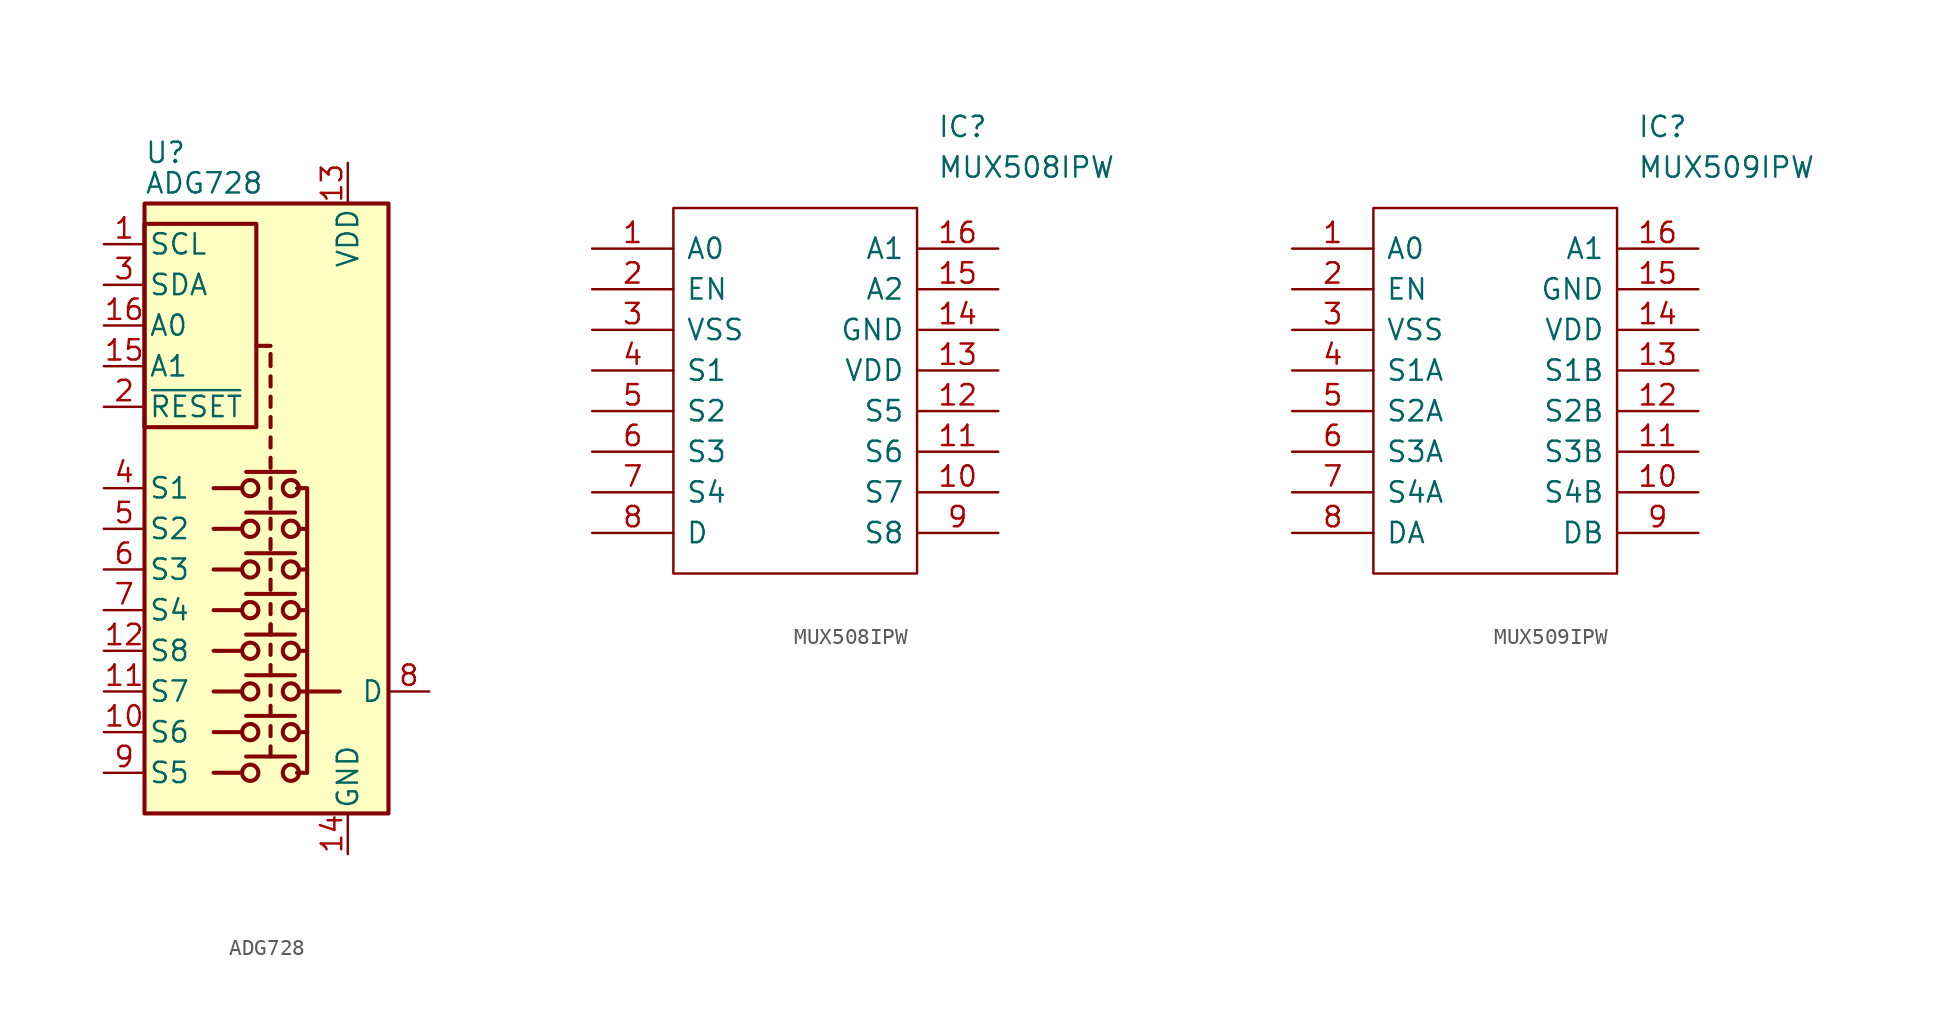
<source format=kicad_sym>
(kicad_symbol_lib
  (version 20211014)
  (generator kicad_symbol_editor)
  (symbol "ADG728"
    (pin_names
      (offset 0.254))
    (property "Reference" "U"
      (at -7.62 23.495 0)
      (effects (font (size 1.27 1.27)) (justify left)))
    (property "Value" "ADG728"
      (at -7.62 21.59 0)
      (effects (font (size 1.27 1.27)) (justify left)))
    (symbol "ADG728_0_1"
      (rectangle (start -7.62 6.35) (end -0.635 19.05) (stroke (width 0.254) (type default) (color 0 0 0 0)) (fill (type none)))
      (rectangle (start -7.62 20.32) (end 7.62 -17.78) (stroke (width 0.254) (type default) (color 0 0 0 0)) (fill (type background)))
      (circle (center -1.016 -15.24) (radius 0.508) (stroke (width 0.254) (type default) (color 0 0 0 0)) (fill (type none)))
      (circle (center -1.016 -12.7) (radius 0.508) (stroke (width 0.254) (type default) (color 0 0 0 0)) (fill (type none)))
      (circle (center -1.016 -10.16) (radius 0.508) (stroke (width 0.254) (type default) (color 0 0 0 0)) (fill (type none)))
      (circle (center -1.016 -7.62) (radius 0.508) (stroke (width 0.254) (type default) (color 0 0 0 0)) (fill (type none)))
      (circle (center -1.016 -5.08) (radius 0.508) (stroke (width 0.254) (type default) (color 0 0 0 0)) (fill (type none)))
      (circle (center -1.016 -2.54) (radius 0.508) (stroke (width 0.254) (type default) (color 0 0 0 0)) (fill (type none)))
      (circle (center -1.016 0) (radius 0.508) (stroke (width 0.254) (type default) (color 0 0 0 0)) (fill (type none)))
      (circle (center -1.016 2.54) (radius 0.508) (stroke (width 0.254) (type default) (color 0 0 0 0)) (fill (type none)))
      (polyline (pts (xy -1.524 -15.24) (xy -3.302 -15.24)) (stroke (width 0.254) (type default) (color 0 0 0 0)) (fill (type none)))
      (polyline (pts (xy -1.524 -12.7) (xy -3.302 -12.7)) (stroke (width 0.254) (type default) (color 0 0 0 0)) (fill (type none)))
      (polyline (pts (xy -1.524 -10.16) (xy -3.302 -10.16)) (stroke (width 0.254) (type default) (color 0 0 0 0)) (fill (type none)))
      (polyline (pts (xy -1.524 -7.62) (xy -3.302 -7.62)) (stroke (width 0.254) (type default) (color 0 0 0 0)) (fill (type none)))
      (polyline (pts (xy -1.524 -5.08) (xy -3.302 -5.08)) (stroke (width 0.254) (type default) (color 0 0 0 0)) (fill (type none)))
      (polyline (pts (xy -1.524 -2.54) (xy -3.302 -2.54)) (stroke (width 0.254) (type default) (color 0 0 0 0)) (fill (type none)))
      (polyline (pts (xy -1.524 0) (xy -3.302 0)) (stroke (width 0.254) (type default) (color 0 0 0 0)) (fill (type none)))
      (polyline (pts (xy -1.524 2.54) (xy -3.302 2.54)) (stroke (width 0.254) (type default) (color 0 0 0 0)) (fill (type none)))
      (polyline (pts (xy -1.27 -14.224) (xy 1.778 -14.224)) (stroke (width 0.254) (type default) (color 0 0 0 0)) (fill (type none)))
      (polyline (pts (xy -1.27 -11.684) (xy 1.778 -11.684)) (stroke (width 0.254) (type default) (color 0 0 0 0)) (fill (type none)))
      (polyline (pts (xy -1.27 -9.144) (xy 1.778 -9.144)) (stroke (width 0.254) (type default) (color 0 0 0 0)) (fill (type none)))
      (polyline (pts (xy -1.27 -6.604) (xy 1.778 -6.604)) (stroke (width 0.254) (type default) (color 0 0 0 0)) (fill (type none)))
      (polyline (pts (xy -1.27 -4.064) (xy 1.778 -4.064)) (stroke (width 0.254) (type default) (color 0 0 0 0)) (fill (type none)))
      (polyline (pts (xy -1.27 -1.524) (xy 1.778 -1.524)) (stroke (width 0.254) (type default) (color 0 0 0 0)) (fill (type none)))
      (polyline (pts (xy -1.27 1.016) (xy 1.778 1.016)) (stroke (width 0.254) (type default) (color 0 0 0 0)) (fill (type none)))
      (polyline (pts (xy -1.27 3.556) (xy 1.778 3.556)) (stroke (width 0.254) (type default) (color 0 0 0 0)) (fill (type none)))
      (polyline (pts (xy -0.635 11.43) (xy 0 11.43)) (stroke (width 0.254) (type default) (color 0 0 0 0)) (fill (type none)))
      (polyline (pts (xy 0.254 -14.224) (xy 0.254 -13.589)) (stroke (width 0.254) (type default) (color 0 0 0 0)) (fill (type none)))
      (polyline (pts (xy 0.254 -12.954) (xy 0.254 -12.319)) (stroke (width 0.254) (type default) (color 0 0 0 0)) (fill (type none)))
      (polyline (pts (xy 0.254 -11.684) (xy 0.254 -11.049)) (stroke (width 0.254) (type default) (color 0 0 0 0)) (fill (type none)))
      (polyline (pts (xy 0.254 -10.414) (xy 0.254 -9.779)) (stroke (width 0.254) (type default) (color 0 0 0 0)) (fill (type none)))
      (polyline (pts (xy 0.254 -9.144) (xy 0.254 -8.509)) (stroke (width 0.254) (type default) (color 0 0 0 0)) (fill (type none)))
      (polyline (pts (xy 0.254 -7.874) (xy 0.254 -7.239)) (stroke (width 0.254) (type default) (color 0 0 0 0)) (fill (type none)))
      (polyline (pts (xy 0.254 -6.604) (xy 0.254 -5.969)) (stroke (width 0.254) (type default) (color 0 0 0 0)) (fill (type none)))
      (polyline (pts (xy 0.254 -6.604) (xy 0.254 -5.969)) (stroke (width 0.254) (type default) (color 0 0 0 0)) (fill (type none)))
      (polyline (pts (xy 0.254 -5.334) (xy 0.254 -4.699)) (stroke (width 0.254) (type default) (color 0 0 0 0)) (fill (type none)))
      (polyline (pts (xy 0.254 -3.81) (xy 0.254 -3.175)) (stroke (width 0.254) (type default) (color 0 0 0 0)) (fill (type none)))
      (polyline (pts (xy 0.254 -2.54) (xy 0.254 -1.905)) (stroke (width 0.254) (type default) (color 0 0 0 0)) (fill (type none)))
      (polyline (pts (xy 0.254 -1.27) (xy 0.254 -0.635)) (stroke (width 0.254) (type default) (color 0 0 0 0)) (fill (type none)))
      (polyline (pts (xy 0.254 0) (xy 0.254 0.635)) (stroke (width 0.254) (type default) (color 0 0 0 0)) (fill (type none)))
      (polyline (pts (xy 0.254 1.27) (xy 0.254 1.905)) (stroke (width 0.254) (type default) (color 0 0 0 0)) (fill (type none)))
      (polyline (pts (xy 0.254 2.54) (xy 0.254 3.175)) (stroke (width 0.254) (type default) (color 0 0 0 0)) (fill (type none)))
      (polyline (pts (xy 0.254 3.81) (xy 0.254 4.445)) (stroke (width 0.254) (type default) (color 0 0 0 0)) (fill (type none)))
      (polyline (pts (xy 0.254 5.08) (xy 0.254 5.715)) (stroke (width 0.254) (type default) (color 0 0 0 0)) (fill (type none)))
      (polyline (pts (xy 0.254 6.35) (xy 0.254 6.985)) (stroke (width 0.254) (type default) (color 0 0 0 0)) (fill (type none)))
      (polyline (pts (xy 0.254 7.62) (xy 0.254 8.255)) (stroke (width 0.254) (type default) (color 0 0 0 0)) (fill (type none)))
      (polyline (pts (xy 0.254 8.89) (xy 0.254 9.525)) (stroke (width 0.254) (type default) (color 0 0 0 0)) (fill (type none)))
      (polyline (pts (xy 0.254 10.16) (xy 0.254 10.922)) (stroke (width 0.254) (type default) (color 0 0 0 0)) (fill (type none)))
      (polyline (pts (xy 0.254 11.43) (xy 0 11.43)) (stroke (width 0.254) (type default) (color 0 0 0 0)) (fill (type none)))
      (polyline (pts (xy 2.032 -12.7) (xy 2.54 -12.7)) (stroke (width 0.254) (type default) (color 0 0 0 0)) (fill (type none)))
      (polyline (pts (xy 2.032 -10.16) (xy 2.54 -10.16)) (stroke (width 0.254) (type default) (color 0 0 0 0)) (fill (type none)))
      (polyline (pts (xy 2.032 -7.62) (xy 2.54 -7.62)) (stroke (width 0.254) (type default) (color 0 0 0 0)) (fill (type none)))
      (polyline (pts (xy 2.032 -5.08) (xy 2.54 -5.08)) (stroke (width 0.254) (type default) (color 0 0 0 0)) (fill (type none)))
      (polyline (pts (xy 2.032 -2.54) (xy 2.54 -2.54)) (stroke (width 0.254) (type default) (color 0 0 0 0)) (fill (type none)))
      (polyline (pts (xy 2.032 0) (xy 2.54 0)) (stroke (width 0.254) (type default) (color 0 0 0 0)) (fill (type none)))
      (polyline (pts (xy 4.572 -10.16) (xy 2.54 -10.16)) (stroke (width 0.254) (type default) (color 0 0 0 0)) (fill (type none)))
      (polyline (pts (xy 1.905 2.54) (xy 2.54 2.54) (xy 2.54 -15.24) (xy 1.905 -15.24)) (stroke (width 0.254) (type default) (color 0 0 0 0)) (fill (type none)))
      (circle (center 1.524 -15.24) (radius 0.508) (stroke (width 0.254) (type default) (color 0 0 0 0)) (fill (type none)))
      (circle (center 1.524 -12.7) (radius 0.508) (stroke (width 0.254) (type default) (color 0 0 0 0)) (fill (type none)))
      (circle (center 1.524 -10.16) (radius 0.508) (stroke (width 0.254) (type default) (color 0 0 0 0)) (fill (type none)))
      (circle (center 1.524 -7.62) (radius 0.508) (stroke (width 0.254) (type default) (color 0 0 0 0)) (fill (type none)))
      (circle (center 1.524 -5.08) (radius 0.508) (stroke (width 0.254) (type default) (color 0 0 0 0)) (fill (type none)))
      (circle (center 1.524 -2.54) (radius 0.508) (stroke (width 0.254) (type default) (color 0 0 0 0)) (fill (type none)))
      (circle (center 1.524 0) (radius 0.508) (stroke (width 0.254) (type default) (color 0 0 0 0)) (fill (type none)))
      (circle (center 1.524 2.54) (radius 0.508) (stroke (width 0.254) (type default) (color 0 0 0 0)) (fill (type none))))
    (symbol "ADG728_1_1"
      (pin input line (at -10.16 17.78 0) (length 2.54) (name "SCL" (effects (font (size 1.27 1.27)))) (number "1" (effects (font (size 1.27 1.27)))))
      (pin bidirectional line (at -10.16 -12.7 0) (length 2.54) (name "S6" (effects (font (size 1.27 1.27)))) (number "10" (effects (font (size 1.27 1.27)))))
      (pin bidirectional line (at -10.16 -10.16 0) (length 2.54) (name "S7" (effects (font (size 1.27 1.27)))) (number "11" (effects (font (size 1.27 1.27)))))
      (pin bidirectional line (at -10.16 -7.62 0) (length 2.54) (name "S8" (effects (font (size 1.27 1.27)))) (number "12" (effects (font (size 1.27 1.27)))))
      (pin power_in line (at 5.08 22.86 270) (length 2.54) (name "VDD" (effects (font (size 1.27 1.27)))) (number "13" (effects (font (size 1.27 1.27)))))
      (pin power_in line (at 5.08 -20.32 90) (length 2.54) (name "GND" (effects (font (size 1.27 1.27)))) (number "14" (effects (font (size 1.27 1.27)))))
      (pin bidirectional line (at -10.16 10.16 0) (length 2.54) (name "A1" (effects (font (size 1.27 1.27)))) (number "15" (effects (font (size 1.27 1.27)))))
      (pin input line (at -10.16 12.7 0) (length 2.54) (name "A0" (effects (font (size 1.27 1.27)))) (number "16" (effects (font (size 1.27 1.27)))))
      (pin input line (at -10.16 7.62 0) (length 2.54) (name "~{RESET}" (effects (font (size 1.27 1.27)))) (number "2" (effects (font (size 1.27 1.27)))))
      (pin bidirectional line (at -10.16 15.24 0) (length 2.54) (name "SDA" (effects (font (size 1.27 1.27)))) (number "3" (effects (font (size 1.27 1.27)))))
      (pin bidirectional line (at -10.16 2.54 0) (length 2.54) (name "S1" (effects (font (size 1.27 1.27)))) (number "4" (effects (font (size 1.27 1.27)))))
      (pin bidirectional line (at -10.16 0 0) (length 2.54) (name "S2" (effects (font (size 1.27 1.27)))) (number "5" (effects (font (size 1.27 1.27)))))
      (pin bidirectional line (at -10.16 -2.54 0) (length 2.54) (name "S3" (effects (font (size 1.27 1.27)))) (number "6" (effects (font (size 1.27 1.27)))))
      (pin bidirectional line (at -10.16 -5.08 0) (length 2.54) (name "S4" (effects (font (size 1.27 1.27)))) (number "7" (effects (font (size 1.27 1.27)))))
      (pin bidirectional line (at 10.16 -10.16 180) (length 2.54) (name "D" (effects (font (size 1.27 1.27)))) (number "8" (effects (font (size 1.27 1.27)))))
      (pin bidirectional line (at -10.16 -15.24 0) (length 2.54) (name "S5" (effects (font (size 1.27 1.27)))) (number "9" (effects (font (size 1.27 1.27)))))))
  (symbol "MUX508IPW"
    (pin_names
      (offset 0.762))
    (property "Reference" "IC"
      (at 21.59 7.62 0)
      (effects (font (size 1.27 1.27)) (justify left)))
    (property "Value" "MUX508IPW"
      (at 21.59 5.08 0)
      (effects (font (size 1.27 1.27)) (justify left)))
    (symbol "MUX508IPW_0_0"
      (pin bidirectional line (at 0 0 0) (length 5.08) (name "A0" (effects (font (size 1.27 1.27)))) (number "1" (effects (font (size 1.27 1.27)))))
      (pin bidirectional line (at 25.4 -15.24 180) (length 5.08) (name "S7" (effects (font (size 1.27 1.27)))) (number "10" (effects (font (size 1.27 1.27)))))
      (pin bidirectional line (at 25.4 -12.7 180) (length 5.08) (name "S6" (effects (font (size 1.27 1.27)))) (number "11" (effects (font (size 1.27 1.27)))))
      (pin bidirectional line (at 25.4 -10.16 180) (length 5.08) (name "S5" (effects (font (size 1.27 1.27)))) (number "12" (effects (font (size 1.27 1.27)))))
      (pin bidirectional line (at 25.4 -7.62 180) (length 5.08) (name "VDD" (effects (font (size 1.27 1.27)))) (number "13" (effects (font (size 1.27 1.27)))))
      (pin bidirectional line (at 25.4 -5.08 180) (length 5.08) (name "GND" (effects (font (size 1.27 1.27)))) (number "14" (effects (font (size 1.27 1.27)))))
      (pin bidirectional line (at 25.4 -2.54 180) (length 5.08) (name "A2" (effects (font (size 1.27 1.27)))) (number "15" (effects (font (size 1.27 1.27)))))
      (pin bidirectional line (at 25.4 0 180) (length 5.08) (name "A1" (effects (font (size 1.27 1.27)))) (number "16" (effects (font (size 1.27 1.27)))))
      (pin bidirectional line (at 0 -2.54 0) (length 5.08) (name "EN" (effects (font (size 1.27 1.27)))) (number "2" (effects (font (size 1.27 1.27)))))
      (pin bidirectional line (at 0 -5.08 0) (length 5.08) (name "VSS" (effects (font (size 1.27 1.27)))) (number "3" (effects (font (size 1.27 1.27)))))
      (pin bidirectional line (at 0 -7.62 0) (length 5.08) (name "S1" (effects (font (size 1.27 1.27)))) (number "4" (effects (font (size 1.27 1.27)))))
      (pin bidirectional line (at 0 -10.16 0) (length 5.08) (name "S2" (effects (font (size 1.27 1.27)))) (number "5" (effects (font (size 1.27 1.27)))))
      (pin bidirectional line (at 0 -12.7 0) (length 5.08) (name "S3" (effects (font (size 1.27 1.27)))) (number "6" (effects (font (size 1.27 1.27)))))
      (pin bidirectional line (at 0 -15.24 0) (length 5.08) (name "S4" (effects (font (size 1.27 1.27)))) (number "7" (effects (font (size 1.27 1.27)))))
      (pin bidirectional line (at 0 -17.78 0) (length 5.08) (name "D" (effects (font (size 1.27 1.27)))) (number "8" (effects (font (size 1.27 1.27)))))
      (pin bidirectional line (at 25.4 -17.78 180) (length 5.08) (name "S8" (effects (font (size 1.27 1.27)))) (number "9" (effects (font (size 1.27 1.27))))))
    (symbol "MUX508IPW_0_1"
      (polyline (pts (xy 5.08 2.54) (xy 20.32 2.54) (xy 20.32 -20.32) (xy 5.08 -20.32) (xy 5.08 2.54)) (stroke (width 0.152) (type default) (color 0 0 0 0)) (fill (type none)))))
  (symbol "MUX509IPW"
    (pin_names
      (offset 0.762))
    (property "Reference" "IC"
      (at 21.59 7.62 0)
      (effects (font (size 1.27 1.27)) (justify left)))
    (property "Value" "MUX509IPW"
      (at 21.59 5.08 0)
      (effects (font (size 1.27 1.27)) (justify left)))
    (symbol "MUX509IPW_0_0"
      (pin bidirectional line (at 0 0 0) (length 5.08) (name "A0" (effects (font (size 1.27 1.27)))) (number "1" (effects (font (size 1.27 1.27)))))
      (pin bidirectional line (at 25.4 -15.24 180) (length 5.08) (name "S4B" (effects (font (size 1.27 1.27)))) (number "10" (effects (font (size 1.27 1.27)))))
      (pin bidirectional line (at 25.4 -12.7 180) (length 5.08) (name "S3B" (effects (font (size 1.27 1.27)))) (number "11" (effects (font (size 1.27 1.27)))))
      (pin bidirectional line (at 25.4 -10.16 180) (length 5.08) (name "S2B" (effects (font (size 1.27 1.27)))) (number "12" (effects (font (size 1.27 1.27)))))
      (pin bidirectional line (at 25.4 -7.62 180) (length 5.08) (name "S1B" (effects (font (size 1.27 1.27)))) (number "13" (effects (font (size 1.27 1.27)))))
      (pin bidirectional line (at 25.4 -5.08 180) (length 5.08) (name "VDD" (effects (font (size 1.27 1.27)))) (number "14" (effects (font (size 1.27 1.27)))))
      (pin bidirectional line (at 25.4 -2.54 180) (length 5.08) (name "GND" (effects (font (size 1.27 1.27)))) (number "15" (effects (font (size 1.27 1.27)))))
      (pin bidirectional line (at 25.4 0 180) (length 5.08) (name "A1" (effects (font (size 1.27 1.27)))) (number "16" (effects (font (size 1.27 1.27)))))
      (pin bidirectional line (at 0 -2.54 0) (length 5.08) (name "EN" (effects (font (size 1.27 1.27)))) (number "2" (effects (font (size 1.27 1.27)))))
      (pin bidirectional line (at 0 -5.08 0) (length 5.08) (name "VSS" (effects (font (size 1.27 1.27)))) (number "3" (effects (font (size 1.27 1.27)))))
      (pin bidirectional line (at 0 -7.62 0) (length 5.08) (name "S1A" (effects (font (size 1.27 1.27)))) (number "4" (effects (font (size 1.27 1.27)))))
      (pin bidirectional line (at 0 -10.16 0) (length 5.08) (name "S2A" (effects (font (size 1.27 1.27)))) (number "5" (effects (font (size 1.27 1.27)))))
      (pin bidirectional line (at 0 -12.7 0) (length 5.08) (name "S3A" (effects (font (size 1.27 1.27)))) (number "6" (effects (font (size 1.27 1.27)))))
      (pin bidirectional line (at 0 -15.24 0) (length 5.08) (name "S4A" (effects (font (size 1.27 1.27)))) (number "7" (effects (font (size 1.27 1.27)))))
      (pin bidirectional line (at 0 -17.78 0) (length 5.08) (name "DA" (effects (font (size 1.27 1.27)))) (number "8" (effects (font (size 1.27 1.27)))))
      (pin bidirectional line (at 25.4 -17.78 180) (length 5.08) (name "DB" (effects (font (size 1.27 1.27)))) (number "9" (effects (font (size 1.27 1.27))))))
    (symbol "MUX509IPW_0_1"
      (polyline (pts (xy 5.08 2.54) (xy 20.32 2.54) (xy 20.32 -20.32) (xy 5.08 -20.32) (xy 5.08 2.54)) (stroke (width 0.152) (type default) (color 0 0 0 0)) (fill (type none))))))
</source>
